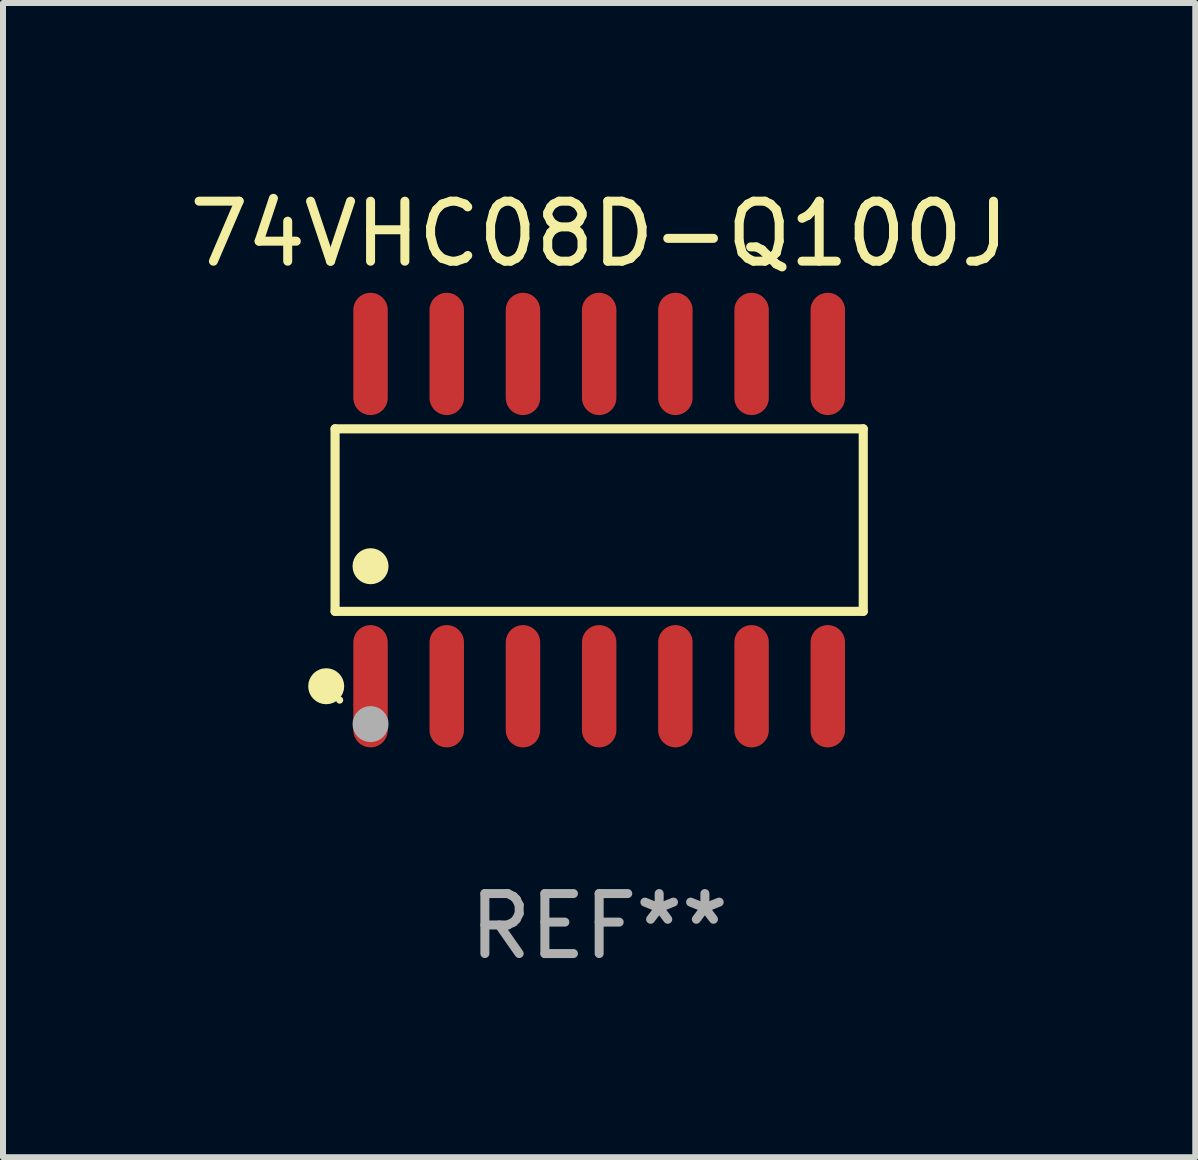
<source format=kicad_pcb>
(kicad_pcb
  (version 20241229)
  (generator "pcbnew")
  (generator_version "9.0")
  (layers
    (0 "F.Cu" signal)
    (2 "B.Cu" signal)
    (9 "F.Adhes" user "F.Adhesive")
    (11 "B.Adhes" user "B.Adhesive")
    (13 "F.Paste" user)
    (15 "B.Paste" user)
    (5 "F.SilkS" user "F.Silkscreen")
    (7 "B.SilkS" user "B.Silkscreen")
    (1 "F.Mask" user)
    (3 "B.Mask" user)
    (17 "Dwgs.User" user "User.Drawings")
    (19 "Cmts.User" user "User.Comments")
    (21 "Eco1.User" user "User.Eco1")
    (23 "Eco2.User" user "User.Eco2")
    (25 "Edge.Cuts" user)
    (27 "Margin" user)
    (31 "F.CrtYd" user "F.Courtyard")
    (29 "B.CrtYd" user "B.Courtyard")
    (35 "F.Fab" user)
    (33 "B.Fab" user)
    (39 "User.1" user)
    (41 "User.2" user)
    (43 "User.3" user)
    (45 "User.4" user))
  (footprint "74VHC08D-Q100J"
    (layer "F.Cu")
    (at 6.935 5.617)
    (property "Reference" "74VHC08D-Q100J" (at 0 -4.769 0) (layer "F.SilkS") (effects (font (size 1 1) (thickness 0.15))))
    (attr through_hole)
    (fp_line (start -4.401 -1.521) (end 4.401 -1.521) (stroke (width 0.152) (type solid)) (layer "F.SilkS"))
    (fp_line (start -4.401 1.521) (end -4.401 -1.521) (stroke (width 0.152) (type solid)) (layer "F.SilkS"))
    (fp_line (start 4.401 -1.521) (end 4.401 1.521) (stroke (width 0.152) (type solid)) (layer "F.SilkS"))
    (fp_line (start 4.401 1.521) (end -4.401 1.521) (stroke (width 0.152) (type solid)) (layer "F.SilkS"))
    (fp_circle (center -4.549 2.769) (end -4.399 2.769) (stroke (width 0.3) (type solid)) (fill no) (layer "F.SilkS"))
    (fp_circle (center -4.325 3) (end -4.295 3) (stroke (width 0.06) (type solid)) (fill no) (layer "F.SilkS"))
    (fp_circle (center -3.81 0.769) (end -3.66 0.769) (stroke (width 0.3) (type solid)) (fill no) (layer "F.SilkS"))
    (fp_circle (center -3.81 3.4) (end -3.66 3.4) (stroke (width 0.3) (type solid)) (fill no) (layer "F.Fab"))
    (fp_text user "REF**" (at 0 6.769 0) (layer "F.Fab") (effects (font (size 1 1) (thickness 0.15))))
    (pad "1" smd oval (at -3.81 2.769) (size 0.574 2.038) (layers "F.Cu" "F.Mask" "F.Paste"))
    (pad "2" smd oval (at -2.54 2.769) (size 0.574 2.038) (layers "F.Cu" "F.Mask" "F.Paste"))
    (pad "3" smd oval (at -1.27 2.769) (size 0.574 2.038) (layers "F.Cu" "F.Mask" "F.Paste"))
    (pad "4" smd oval (at 0 2.769) (size 0.574 2.038) (layers "F.Cu" "F.Mask" "F.Paste"))
    (pad "5" smd oval (at 1.27 2.769) (size 0.574 2.038) (layers "F.Cu" "F.Mask" "F.Paste"))
    (pad "6" smd oval (at 2.54 2.769) (size 0.574 2.038) (layers "F.Cu" "F.Mask" "F.Paste"))
    (pad "7" smd oval (at 3.81 2.769) (size 0.574 2.038) (layers "F.Cu" "F.Mask" "F.Paste"))
    (pad "8" smd oval (at 3.81 -2.769) (size 0.574 2.038) (layers "F.Cu" "F.Mask" "F.Paste"))
    (pad "9" smd oval (at 2.54 -2.769) (size 0.574 2.038) (layers "F.Cu" "F.Mask" "F.Paste"))
    (pad "10" smd oval (at 1.27 -2.769) (size 0.574 2.038) (layers "F.Cu" "F.Mask" "F.Paste"))
    (pad "11" smd oval (at 0 -2.769) (size 0.574 2.038) (layers "F.Cu" "F.Mask" "F.Paste"))
    (pad "12" smd oval (at -1.27 -2.769) (size 0.574 2.038) (layers "F.Cu" "F.Mask" "F.Paste"))
    (pad "13" smd oval (at -2.54 -2.769) (size 0.574 2.038) (layers "F.Cu" "F.Mask" "F.Paste"))
    (pad "14" smd oval (at -3.81 -2.769) (size 0.574 2.038) (layers "F.Cu" "F.Mask" "F.Paste")))
  (gr_rect
    (start -3 -3)
    (end 16.869 16.235)
    (stroke (width 0.1) (type default))
    (fill no)
    (layer "Edge.Cuts")))
</source>
